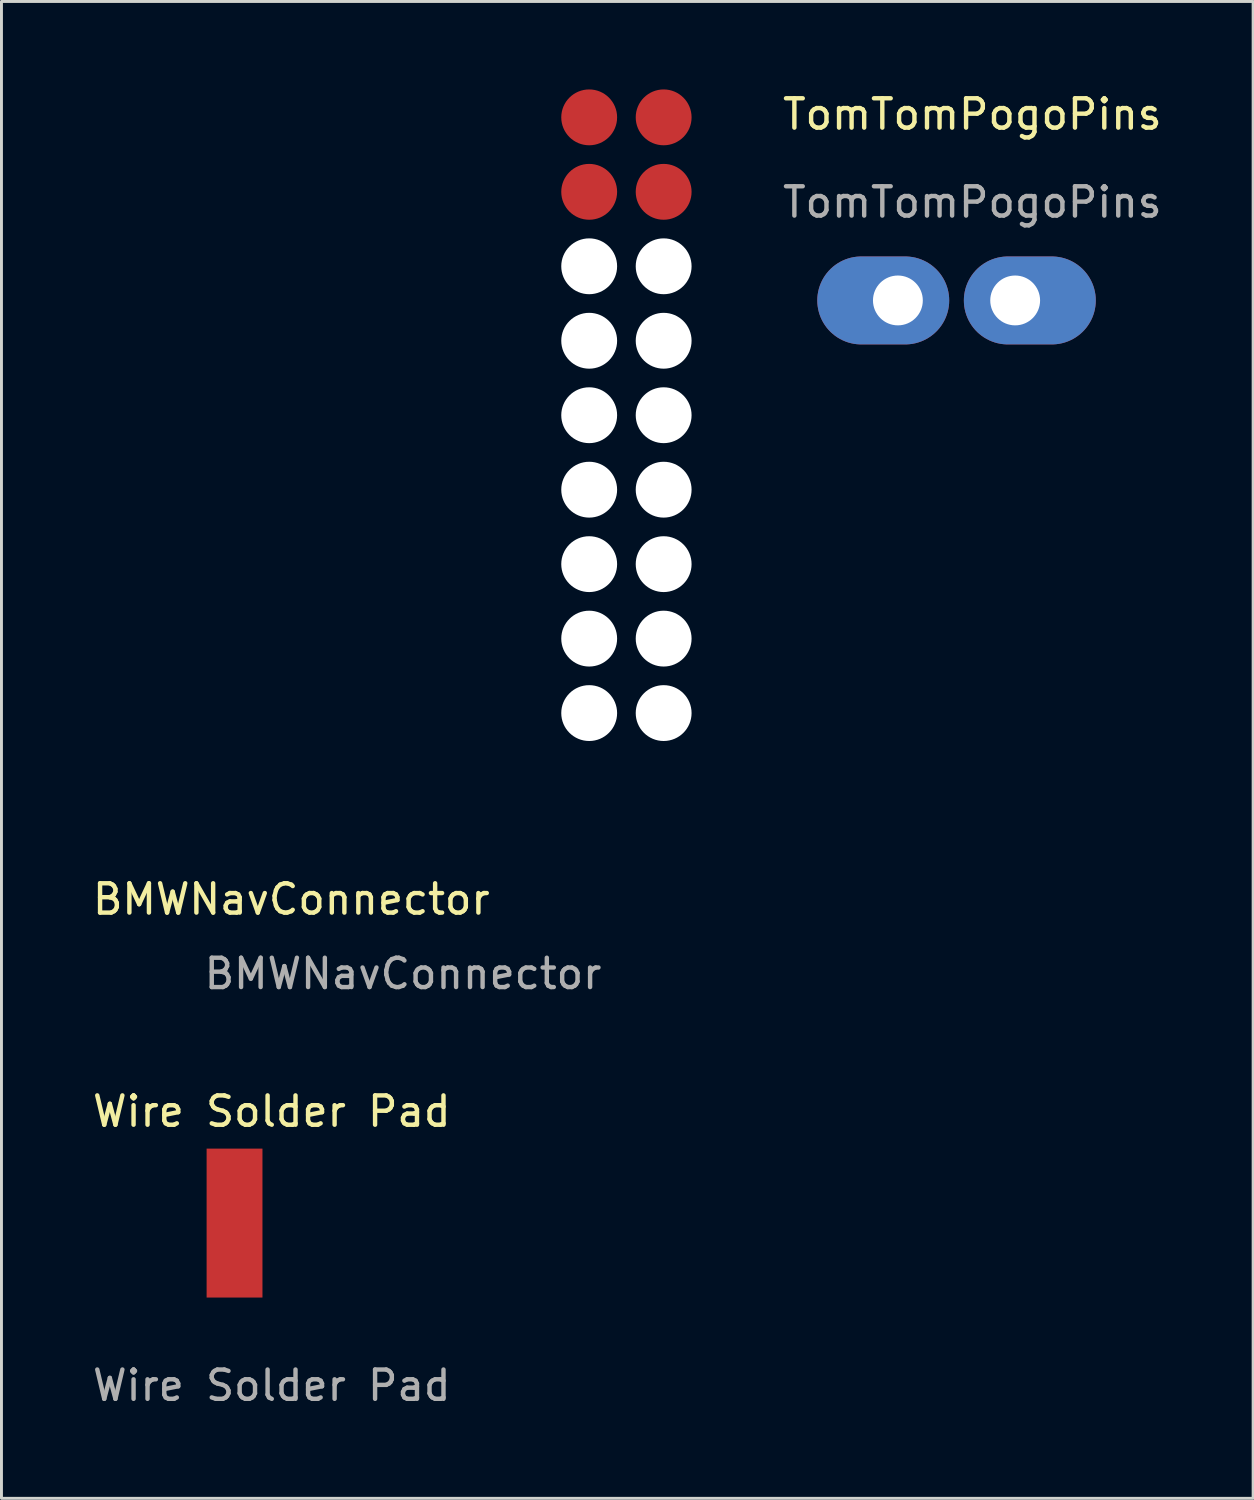
<source format=kicad_pcb>
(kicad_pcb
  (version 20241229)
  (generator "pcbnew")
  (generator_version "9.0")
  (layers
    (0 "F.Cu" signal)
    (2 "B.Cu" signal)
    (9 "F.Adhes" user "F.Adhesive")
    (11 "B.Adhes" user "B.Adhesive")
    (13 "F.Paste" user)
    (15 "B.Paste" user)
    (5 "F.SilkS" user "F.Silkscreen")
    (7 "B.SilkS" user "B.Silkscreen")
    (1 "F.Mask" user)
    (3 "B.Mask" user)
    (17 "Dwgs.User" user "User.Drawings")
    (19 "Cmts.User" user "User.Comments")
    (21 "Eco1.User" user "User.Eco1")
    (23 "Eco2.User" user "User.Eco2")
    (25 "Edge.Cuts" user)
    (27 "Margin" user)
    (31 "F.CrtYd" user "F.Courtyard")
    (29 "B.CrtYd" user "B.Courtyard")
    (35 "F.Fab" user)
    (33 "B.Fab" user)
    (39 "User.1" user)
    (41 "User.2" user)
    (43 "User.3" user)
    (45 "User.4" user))
  (footprint "TomTomPogoPins"
    (layer "F.Cu")
    (at 27.577 7.198)
    (property "Reference" "TomTomPogoPins" (at 2.54 -6.35 0) (unlocked yes) (layer "F.SilkS") (effects (font (size 1 1) (thickness 0.15))))
    (attr smd)
    (fp_text user "${REFERENCE}" (at 2.54 -3.35 0) (unlocked yes) (layer "F.Fab") (effects (font (size 1 1) (thickness 0.15))))
    (pad "1" thru_hole oval (at 0 0) (size 4.5 3) (drill 1.7 (offset -0.5 0)) (layers "*.Cu" "*.Mask"))
    (pad "2" thru_hole oval (at 4 0) (size 4.5 3) (drill 1.7 (offset 0.5 0)) (layers "*.Cu" "*.Mask")))
  (footprint "Wire Solder Pad"
    (layer "F.Cu")
    (at 4.95 38.669)
    (property "Reference" "Wire Solder Pad" (at 1.27 -3.81 0) (unlocked yes) (layer "F.SilkS") (effects (font (size 1 1) (thickness 0.15))))
    (attr smd)
    (fp_text user "${REFERENCE}" (at 1.27 5.54 0) (unlocked yes) (layer "F.Fab") (effects (font (size 1 1) (thickness 0.15))))
    (pad "1" smd rect (at 0 0) (size 1.905 5.08) (layers "F.Cu" "F.Mask" "F.Paste")))
  (footprint "BMWNavConnector"
    (layer "F.Cu")
    (at 19.587 21.273)
    (property "Reference" "BMWNavConnector" (at -12.7 6.35 0) (unlocked yes) (layer "F.SilkS") (effects (font (size 1 1) (thickness 0.15))))
    (attr smd)
    (fp_text user "${REFERENCE}" (at -8.89 8.89 0) (unlocked yes) (layer "F.Fab") (effects (font (size 1 1) (thickness 0.15))))
    (pad "" np_thru_hole circle (at -2.54 -15.24) (size 1.905 1.905) (drill 1.905) (layers "*.Cu" "*.Mask"))
    (pad "" np_thru_hole circle (at -2.54 -12.7) (size 1.905 1.905) (drill 1.905) (layers "*.Cu" "*.Mask"))
    (pad "" np_thru_hole circle (at -2.54 -10.16) (size 1.905 1.905) (drill 1.905) (layers "*.Cu" "*.Mask"))
    (pad "" np_thru_hole circle (at -2.54 -7.62) (size 1.905 1.905) (drill 1.905) (layers "*.Cu" "*.Mask"))
    (pad "" np_thru_hole circle (at -2.54 -5.08) (size 1.905 1.905) (drill 1.905) (layers "*.Cu" "*.Mask"))
    (pad "" np_thru_hole circle (at -2.54 -2.54) (size 1.905 1.905) (drill 1.905) (layers "*.Cu" "*.Mask"))
    (pad "" np_thru_hole circle (at -2.54 0) (size 1.905 1.905) (drill 1.905) (layers "*.Cu" "*.Mask"))
    (pad "" np_thru_hole circle (at 0 -15.24) (size 1.905 1.905) (drill 1.905) (layers "*.Cu" "*.Mask"))
    (pad "" np_thru_hole circle (at 0 -12.7) (size 1.905 1.905) (drill 1.905) (layers "*.Cu" "*.Mask"))
    (pad "" np_thru_hole circle (at 0 -10.16) (size 1.905 1.905) (drill 1.905) (layers "*.Cu" "*.Mask"))
    (pad "" np_thru_hole circle (at 0 -7.62) (size 1.905 1.905) (drill 1.905) (layers "*.Cu" "*.Mask"))
    (pad "" np_thru_hole circle (at 0 -5.08) (size 1.905 1.905) (drill 1.905) (layers "*.Cu" "*.Mask"))
    (pad "" np_thru_hole circle (at 0 -2.54) (size 1.905 1.905) (drill 1.905) (layers "*.Cu" "*.Mask"))
    (pad "" np_thru_hole circle (at 0 0) (size 1.905 1.905) (drill 1.905) (layers "*.Cu" "*.Mask"))
    (pad "15" smd circle (at -2.54 -17.78) (size 1.905 1.905) (layers "F.Cu" "F.Mask" "F.Paste"))
    (pad "16" smd circle (at 0 -17.78) (size 1.905 1.905) (layers "F.Cu" "F.Mask" "F.Paste"))
    (pad "17" smd circle (at -2.54 -20.32) (size 1.905 1.905) (layers "F.Cu" "F.Mask" "F.Paste"))
    (pad "18" smd circle (at 0 -20.32) (size 1.905 1.905) (layers "F.Cu" "F.Mask" "F.Paste")))
  (gr_rect
    (start -3 -3)
    (end 39.694 48.057)
    (stroke (width 0.1) (type default))
    (fill no)
    (layer "Edge.Cuts")))
</source>
